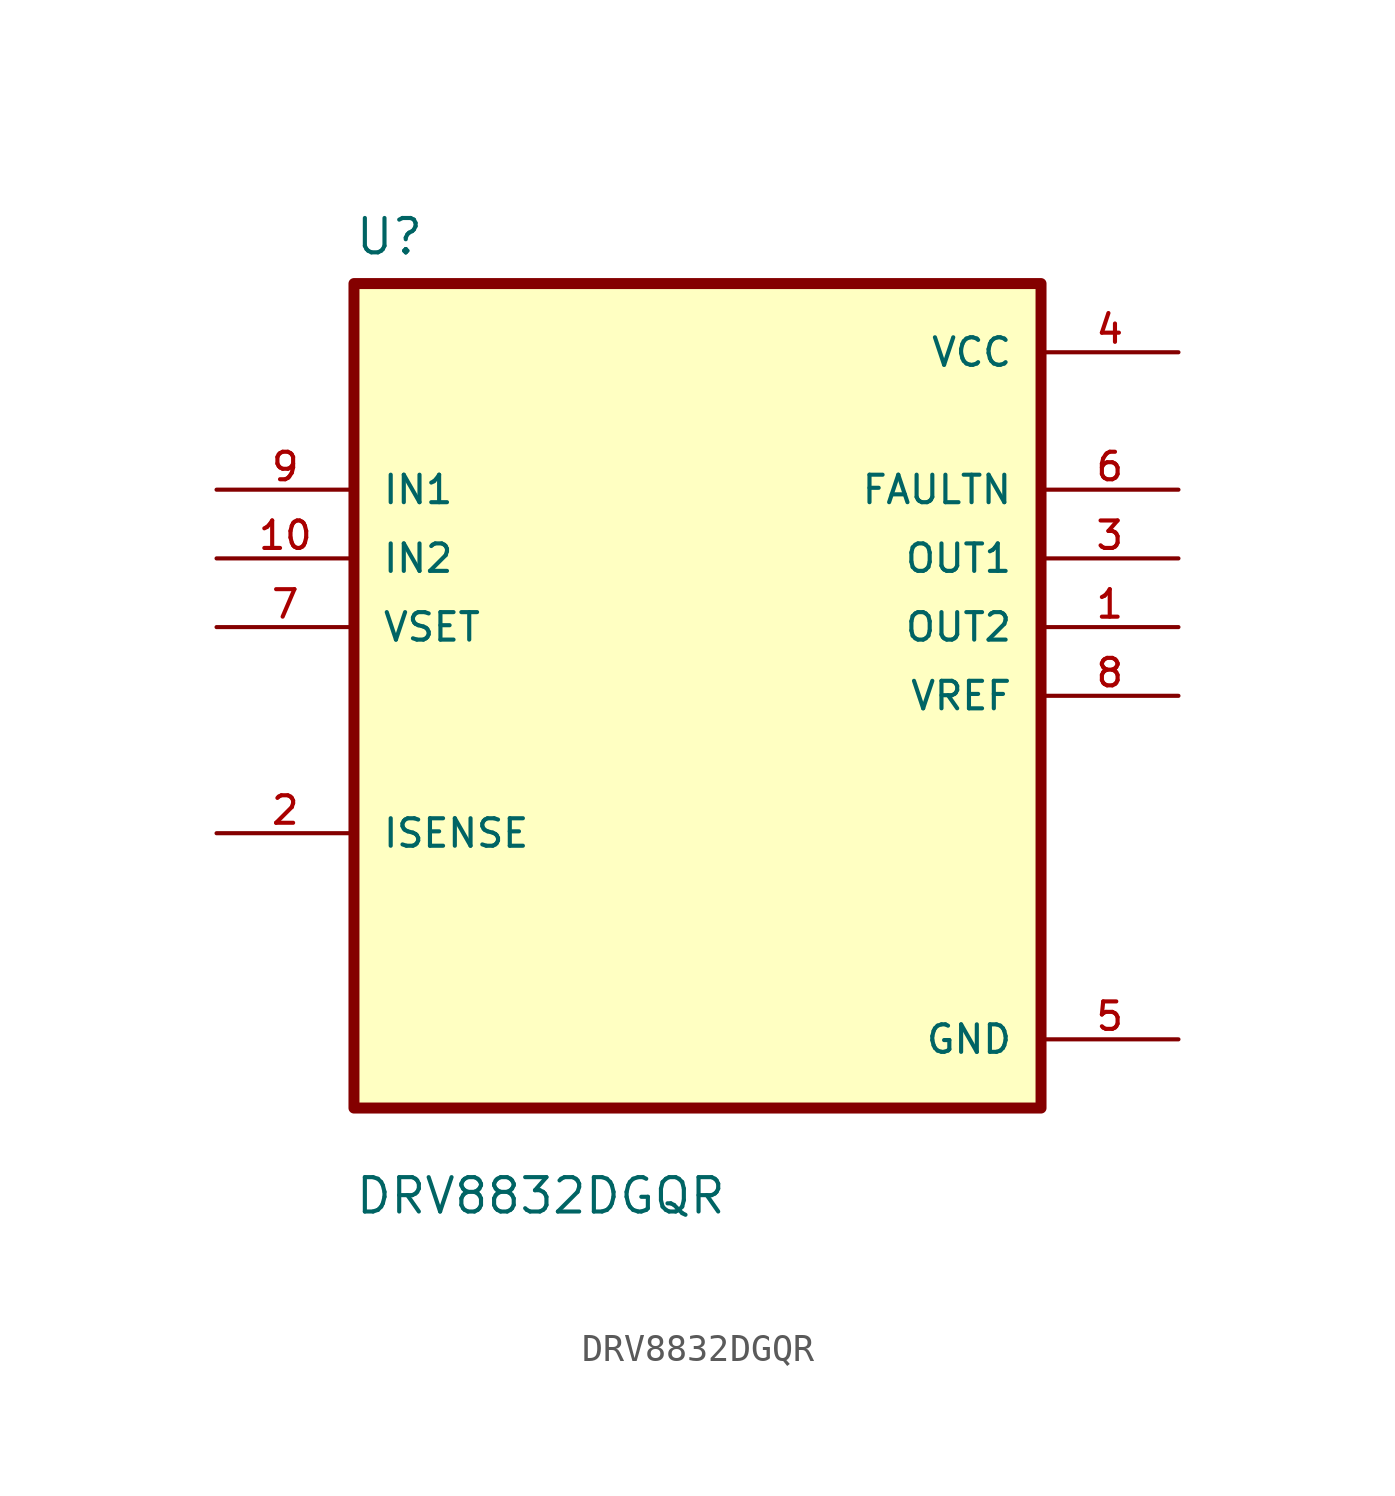
<source format=kicad_sym>
(kicad_symbol_lib
  (version 20211014)
  (generator kicad_symbol_editor)
  (symbol "DRV8832DGQR"
    (pin_names
      (offset 1.016))
    (property "Reference" "U"
      (at -12.7 16.231 0)
      (effects (font (size 1.27 1.27)) (justify left bottom)))
    (property "Value" "DRV8832DGQR"
      (at -12.7 -19.228 0)
      (effects (font (size 1.27 1.27)) (justify left bottom)))
    (property "ki_locked" ""
      (at 0 0 0)
      (effects (font (size 1.27 1.27))))
    (symbol "DRV8832DGQR_0_0"
      (rectangle (start -12.7 -15.24) (end 12.7 15.24) (stroke (width 0.406) (type default) (color 0 0 0 0)) (fill (type background)))
      (pin output line (at 17.78 2.54 180) (length 5.08) (name "OUT2" (effects (font (size 1.016 1.016)))) (number "1" (effects (font (size 1.016 1.016)))))
      (pin input line (at -17.78 5.08 0) (length 5.08) (name "IN2" (effects (font (size 1.016 1.016)))) (number "10" (effects (font (size 1.016 1.016)))))
      (pin bidirectional line (at -17.78 -5.08 0) (length 5.08) (name "ISENSE" (effects (font (size 1.016 1.016)))) (number "2" (effects (font (size 1.016 1.016)))))
      (pin output line (at 17.78 5.08 180) (length 5.08) (name "OUT1" (effects (font (size 1.016 1.016)))) (number "3" (effects (font (size 1.016 1.016)))))
      (pin power_in line (at 17.78 12.7 180) (length 5.08) (name "VCC" (effects (font (size 1.016 1.016)))) (number "4" (effects (font (size 1.016 1.016)))))
      (pin power_in line (at 17.78 -12.7 180) (length 5.08) (name "GND" (effects (font (size 1.016 1.016)))) (number "5" (effects (font (size 1.016 1.016)))))
      (pin output line (at 17.78 7.62 180) (length 5.08) (name "FAULTN" (effects (font (size 1.016 1.016)))) (number "6" (effects (font (size 1.016 1.016)))))
      (pin input line (at -17.78 2.54 0) (length 5.08) (name "VSET" (effects (font (size 1.016 1.016)))) (number "7" (effects (font (size 1.016 1.016)))))
      (pin output line (at 17.78 0 180) (length 5.08) (name "VREF" (effects (font (size 1.016 1.016)))) (number "8" (effects (font (size 1.016 1.016)))))
      (pin input line (at -17.78 7.62 0) (length 5.08) (name "IN1" (effects (font (size 1.016 1.016)))) (number "9" (effects (font (size 1.016 1.016))))))))
</source>
